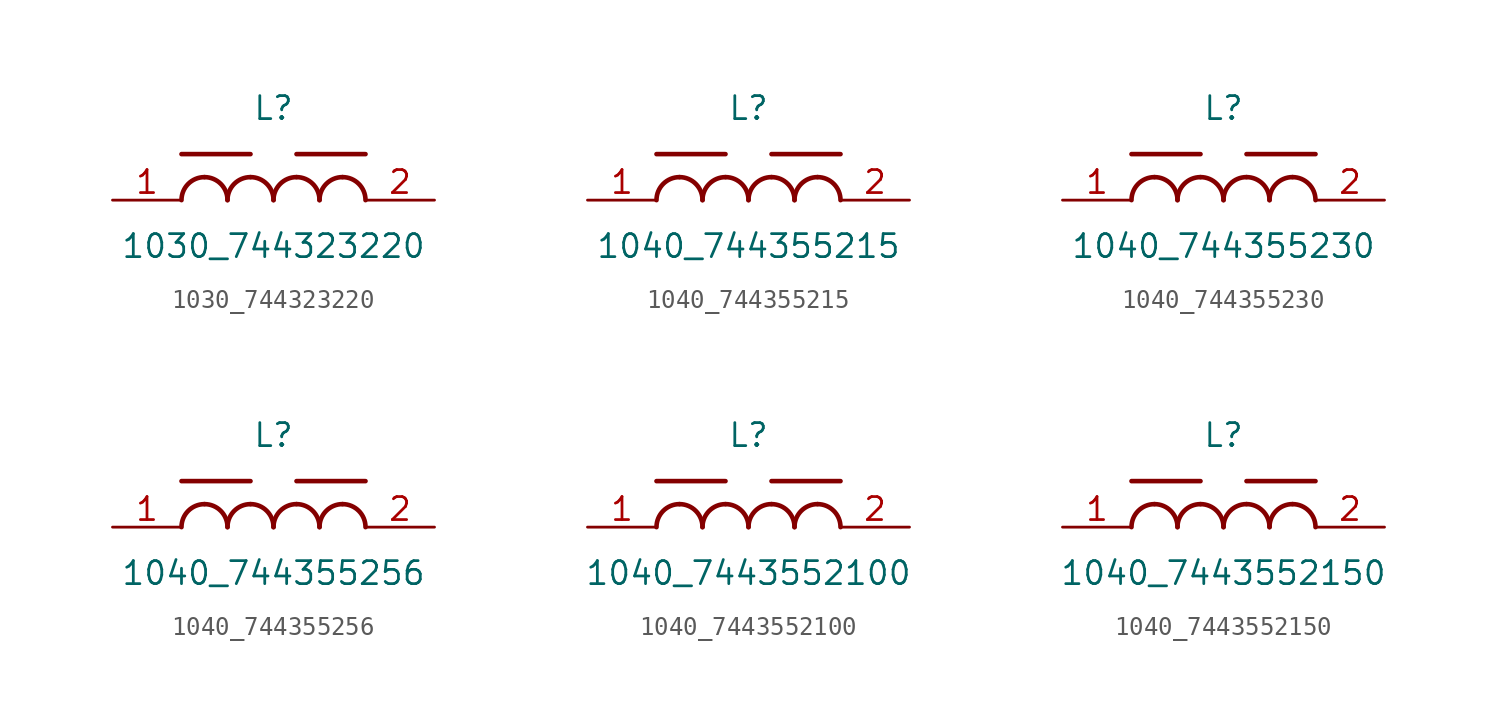
<source format=kicad_sym>
(kicad_symbol_lib
  (version 20211014)
  (generator kicad_symbol_editor)
  (symbol "Inductor_Wurth_WE-HCI:1030_744323220"
    (pin_names hide)
    (property "Reference" "L"
      (at 0 5.08 0)
      (effects (font (size 1.27 1.27))))
    (property "Value" "1030_744323220"
      (at 0 -2.54 0)
      (effects (font (size 1.27 1.27))))
    (symbol "1030_744323220_0_1"
      (arc (start -3.81 1.27) (mid -4.708 0.898) (end -5.08 0) (stroke (width 0.254) (type default) (color 0 0 0 0)) (fill (type none)))
      (arc (start -2.54 0) (mid -2.912 0.898) (end -3.81 1.27) (stroke (width 0.254) (type default) (color 0 0 0 0)) (fill (type none)))
      (arc (start -1.2699 1.2701) (mid -2.1679 0.8981) (end -2.5399 0.0001) (stroke (width 0.254) (type default) (color 0 0 0 0)) (fill (type none)))
      (polyline (pts (xy -5.08 2.54) (xy -1.27 2.54)) (stroke (width 0.254) (type default) (color 0 0 0 0)) (fill (type none)))
      (polyline (pts (xy 5.08 2.54) (xy 1.27 2.54)) (stroke (width 0.254) (type default) (color 0 0 0 0)) (fill (type none)))
      (arc (start 0.0001 0.0001) (mid -0.3719 0.8981) (end -1.2699 1.2701) (stroke (width 0.254) (type default) (color 0 0 0 0)) (fill (type none)))
      (arc (start 1.2701 1.2701) (mid 0.3721 0.8981) (end 0.0001 0.0001) (stroke (width 0.254) (type default) (color 0 0 0 0)) (fill (type none)))
      (arc (start 2.5401 0.0001) (mid 2.1681 0.8981) (end 1.2701 1.2701) (stroke (width 0.254) (type default) (color 0 0 0 0)) (fill (type none)))
      (arc (start 3.8101 1.2701) (mid 2.9121 0.8981) (end 2.5401 0.0001) (stroke (width 0.254) (type default) (color 0 0 0 0)) (fill (type none)))
      (arc (start 5.0801 0.0001) (mid 4.7081 0.8981) (end 3.8101 1.2701) (stroke (width 0.254) (type default) (color 0 0 0 0)) (fill (type none))))
    (symbol "1030_744323220_1_1"
      (pin passive line (at -8.89 0 0) (length 3.81) (name "1" (effects (font (size 1.27 1.27)))) (number "1" (effects (font (size 1.27 1.27)))))
      (pin passive line (at 8.89 0 180) (length 3.81) (name "2" (effects (font (size 1.27 1.27)))) (number "2" (effects (font (size 1.27 1.27)))))))
  (symbol "Inductor_Wurth_WE-HCI:1040_744355215"
    (pin_names hide)
    (property "Reference" "L"
      (at 0 5.08 0)
      (effects (font (size 1.27 1.27))))
    (property "Value" "1040_744355215"
      (at 0 -2.54 0)
      (effects (font (size 1.27 1.27))))
    (symbol "1040_744355215_0_1"
      (arc (start -3.81 1.27) (mid -4.708 0.898) (end -5.08 0) (stroke (width 0.254) (type default) (color 0 0 0 0)) (fill (type none)))
      (arc (start -2.54 0) (mid -2.912 0.898) (end -3.81 1.27) (stroke (width 0.254) (type default) (color 0 0 0 0)) (fill (type none)))
      (arc (start -1.2699 1.2701) (mid -2.1679 0.8981) (end -2.5399 0.0001) (stroke (width 0.254) (type default) (color 0 0 0 0)) (fill (type none)))
      (polyline (pts (xy -5.08 2.54) (xy -1.27 2.54)) (stroke (width 0.254) (type default) (color 0 0 0 0)) (fill (type none)))
      (polyline (pts (xy 5.08 2.54) (xy 1.27 2.54)) (stroke (width 0.254) (type default) (color 0 0 0 0)) (fill (type none)))
      (arc (start 0.0001 0.0001) (mid -0.3719 0.8981) (end -1.2699 1.2701) (stroke (width 0.254) (type default) (color 0 0 0 0)) (fill (type none)))
      (arc (start 1.2701 1.2701) (mid 0.3721 0.8981) (end 0.0001 0.0001) (stroke (width 0.254) (type default) (color 0 0 0 0)) (fill (type none)))
      (arc (start 2.5401 0.0001) (mid 2.1681 0.8981) (end 1.2701 1.2701) (stroke (width 0.254) (type default) (color 0 0 0 0)) (fill (type none)))
      (arc (start 3.8101 1.2701) (mid 2.9121 0.8981) (end 2.5401 0.0001) (stroke (width 0.254) (type default) (color 0 0 0 0)) (fill (type none)))
      (arc (start 5.0801 0.0001) (mid 4.7081 0.8981) (end 3.8101 1.2701) (stroke (width 0.254) (type default) (color 0 0 0 0)) (fill (type none))))
    (symbol "1040_744355215_1_1"
      (pin passive line (at -8.89 0 0) (length 3.81) (name "1" (effects (font (size 1.27 1.27)))) (number "1" (effects (font (size 1.27 1.27)))))
      (pin passive line (at 8.89 0 180) (length 3.81) (name "2" (effects (font (size 1.27 1.27)))) (number "2" (effects (font (size 1.27 1.27)))))))
  (symbol "Inductor_Wurth_WE-HCI:1040_744355230"
    (pin_names hide)
    (property "Reference" "L"
      (at 0 5.08 0)
      (effects (font (size 1.27 1.27))))
    (property "Value" "1040_744355230"
      (at 0 -2.54 0)
      (effects (font (size 1.27 1.27))))
    (symbol "1040_744355230_0_1"
      (arc (start -3.81 1.27) (mid -4.708 0.898) (end -5.08 0) (stroke (width 0.254) (type default) (color 0 0 0 0)) (fill (type none)))
      (arc (start -2.54 0) (mid -2.912 0.898) (end -3.81 1.27) (stroke (width 0.254) (type default) (color 0 0 0 0)) (fill (type none)))
      (arc (start -1.2699 1.2701) (mid -2.1679 0.8981) (end -2.5399 0.0001) (stroke (width 0.254) (type default) (color 0 0 0 0)) (fill (type none)))
      (polyline (pts (xy -5.08 2.54) (xy -1.27 2.54)) (stroke (width 0.254) (type default) (color 0 0 0 0)) (fill (type none)))
      (polyline (pts (xy 5.08 2.54) (xy 1.27 2.54)) (stroke (width 0.254) (type default) (color 0 0 0 0)) (fill (type none)))
      (arc (start 0.0001 0.0001) (mid -0.3719 0.8981) (end -1.2699 1.2701) (stroke (width 0.254) (type default) (color 0 0 0 0)) (fill (type none)))
      (arc (start 1.2701 1.2701) (mid 0.3721 0.8981) (end 0.0001 0.0001) (stroke (width 0.254) (type default) (color 0 0 0 0)) (fill (type none)))
      (arc (start 2.5401 0.0001) (mid 2.1681 0.8981) (end 1.2701 1.2701) (stroke (width 0.254) (type default) (color 0 0 0 0)) (fill (type none)))
      (arc (start 3.8101 1.2701) (mid 2.9121 0.8981) (end 2.5401 0.0001) (stroke (width 0.254) (type default) (color 0 0 0 0)) (fill (type none)))
      (arc (start 5.0801 0.0001) (mid 4.7081 0.8981) (end 3.8101 1.2701) (stroke (width 0.254) (type default) (color 0 0 0 0)) (fill (type none))))
    (symbol "1040_744355230_1_1"
      (pin passive line (at -8.89 0 0) (length 3.81) (name "1" (effects (font (size 1.27 1.27)))) (number "1" (effects (font (size 1.27 1.27)))))
      (pin passive line (at 8.89 0 180) (length 3.81) (name "2" (effects (font (size 1.27 1.27)))) (number "2" (effects (font (size 1.27 1.27)))))))
  (symbol "Inductor_Wurth_WE-HCI:1040_744355256"
    (pin_names hide)
    (property "Reference" "L"
      (at 0 5.08 0)
      (effects (font (size 1.27 1.27))))
    (property "Value" "1040_744355256"
      (at 0 -2.54 0)
      (effects (font (size 1.27 1.27))))
    (symbol "1040_744355256_0_1"
      (arc (start -3.81 1.27) (mid -4.708 0.898) (end -5.08 0) (stroke (width 0.254) (type default) (color 0 0 0 0)) (fill (type none)))
      (arc (start -2.54 0) (mid -2.912 0.898) (end -3.81 1.27) (stroke (width 0.254) (type default) (color 0 0 0 0)) (fill (type none)))
      (arc (start -1.2699 1.2701) (mid -2.1679 0.8981) (end -2.5399 0.0001) (stroke (width 0.254) (type default) (color 0 0 0 0)) (fill (type none)))
      (polyline (pts (xy -5.08 2.54) (xy -1.27 2.54)) (stroke (width 0.254) (type default) (color 0 0 0 0)) (fill (type none)))
      (polyline (pts (xy 5.08 2.54) (xy 1.27 2.54)) (stroke (width 0.254) (type default) (color 0 0 0 0)) (fill (type none)))
      (arc (start 0.0001 0.0001) (mid -0.3719 0.8981) (end -1.2699 1.2701) (stroke (width 0.254) (type default) (color 0 0 0 0)) (fill (type none)))
      (arc (start 1.2701 1.2701) (mid 0.3721 0.8981) (end 0.0001 0.0001) (stroke (width 0.254) (type default) (color 0 0 0 0)) (fill (type none)))
      (arc (start 2.5401 0.0001) (mid 2.1681 0.8981) (end 1.2701 1.2701) (stroke (width 0.254) (type default) (color 0 0 0 0)) (fill (type none)))
      (arc (start 3.8101 1.2701) (mid 2.9121 0.8981) (end 2.5401 0.0001) (stroke (width 0.254) (type default) (color 0 0 0 0)) (fill (type none)))
      (arc (start 5.0801 0.0001) (mid 4.7081 0.8981) (end 3.8101 1.2701) (stroke (width 0.254) (type default) (color 0 0 0 0)) (fill (type none))))
    (symbol "1040_744355256_1_1"
      (pin passive line (at -8.89 0 0) (length 3.81) (name "1" (effects (font (size 1.27 1.27)))) (number "1" (effects (font (size 1.27 1.27)))))
      (pin passive line (at 8.89 0 180) (length 3.81) (name "2" (effects (font (size 1.27 1.27)))) (number "2" (effects (font (size 1.27 1.27)))))))
  (symbol "Inductor_Wurth_WE-HCI:1040_7443552100"
    (pin_names hide)
    (property "Reference" "L"
      (at 0 5.08 0)
      (effects (font (size 1.27 1.27))))
    (property "Value" "1040_7443552100"
      (at 0 -2.54 0)
      (effects (font (size 1.27 1.27))))
    (symbol "1040_7443552100_0_1"
      (arc (start -3.81 1.27) (mid -4.708 0.898) (end -5.08 0) (stroke (width 0.254) (type default) (color 0 0 0 0)) (fill (type none)))
      (arc (start -2.54 0) (mid -2.912 0.898) (end -3.81 1.27) (stroke (width 0.254) (type default) (color 0 0 0 0)) (fill (type none)))
      (arc (start -1.2699 1.2701) (mid -2.1679 0.8981) (end -2.5399 0.0001) (stroke (width 0.254) (type default) (color 0 0 0 0)) (fill (type none)))
      (polyline (pts (xy -5.08 2.54) (xy -1.27 2.54)) (stroke (width 0.254) (type default) (color 0 0 0 0)) (fill (type none)))
      (polyline (pts (xy 5.08 2.54) (xy 1.27 2.54)) (stroke (width 0.254) (type default) (color 0 0 0 0)) (fill (type none)))
      (arc (start 0.0001 0.0001) (mid -0.3719 0.8981) (end -1.2699 1.2701) (stroke (width 0.254) (type default) (color 0 0 0 0)) (fill (type none)))
      (arc (start 1.2701 1.2701) (mid 0.3721 0.8981) (end 0.0001 0.0001) (stroke (width 0.254) (type default) (color 0 0 0 0)) (fill (type none)))
      (arc (start 2.5401 0.0001) (mid 2.1681 0.8981) (end 1.2701 1.2701) (stroke (width 0.254) (type default) (color 0 0 0 0)) (fill (type none)))
      (arc (start 3.8101 1.2701) (mid 2.9121 0.8981) (end 2.5401 0.0001) (stroke (width 0.254) (type default) (color 0 0 0 0)) (fill (type none)))
      (arc (start 5.0801 0.0001) (mid 4.7081 0.8981) (end 3.8101 1.2701) (stroke (width 0.254) (type default) (color 0 0 0 0)) (fill (type none))))
    (symbol "1040_7443552100_1_1"
      (pin passive line (at -8.89 0 0) (length 3.81) (name "1" (effects (font (size 1.27 1.27)))) (number "1" (effects (font (size 1.27 1.27)))))
      (pin passive line (at 8.89 0 180) (length 3.81) (name "2" (effects (font (size 1.27 1.27)))) (number "2" (effects (font (size 1.27 1.27)))))))
  (symbol "Inductor_Wurth_WE-HCI:1040_7443552150"
    (pin_names hide)
    (property "Reference" "L"
      (at 0 5.08 0)
      (effects (font (size 1.27 1.27))))
    (property "Value" "1040_7443552150"
      (at 0 -2.54 0)
      (effects (font (size 1.27 1.27))))
    (symbol "1040_7443552150_0_1"
      (arc (start -3.81 1.27) (mid -4.708 0.898) (end -5.08 0) (stroke (width 0.254) (type default) (color 0 0 0 0)) (fill (type none)))
      (arc (start -2.54 0) (mid -2.912 0.898) (end -3.81 1.27) (stroke (width 0.254) (type default) (color 0 0 0 0)) (fill (type none)))
      (arc (start -1.2699 1.2701) (mid -2.1679 0.8981) (end -2.5399 0.0001) (stroke (width 0.254) (type default) (color 0 0 0 0)) (fill (type none)))
      (polyline (pts (xy -5.08 2.54) (xy -1.27 2.54)) (stroke (width 0.254) (type default) (color 0 0 0 0)) (fill (type none)))
      (polyline (pts (xy 5.08 2.54) (xy 1.27 2.54)) (stroke (width 0.254) (type default) (color 0 0 0 0)) (fill (type none)))
      (arc (start 0.0001 0.0001) (mid -0.3719 0.8981) (end -1.2699 1.2701) (stroke (width 0.254) (type default) (color 0 0 0 0)) (fill (type none)))
      (arc (start 1.2701 1.2701) (mid 0.3721 0.8981) (end 0.0001 0.0001) (stroke (width 0.254) (type default) (color 0 0 0 0)) (fill (type none)))
      (arc (start 2.5401 0.0001) (mid 2.1681 0.8981) (end 1.2701 1.2701) (stroke (width 0.254) (type default) (color 0 0 0 0)) (fill (type none)))
      (arc (start 3.8101 1.2701) (mid 2.9121 0.8981) (end 2.5401 0.0001) (stroke (width 0.254) (type default) (color 0 0 0 0)) (fill (type none)))
      (arc (start 5.0801 0.0001) (mid 4.7081 0.8981) (end 3.8101 1.2701) (stroke (width 0.254) (type default) (color 0 0 0 0)) (fill (type none))))
    (symbol "1040_7443552150_1_1"
      (pin passive line (at -8.89 0 0) (length 3.81) (name "1" (effects (font (size 1.27 1.27)))) (number "1" (effects (font (size 1.27 1.27)))))
      (pin passive line (at 8.89 0 180) (length 3.81) (name "2" (effects (font (size 1.27 1.27)))) (number "2" (effects (font (size 1.27 1.27))))))))
</source>
